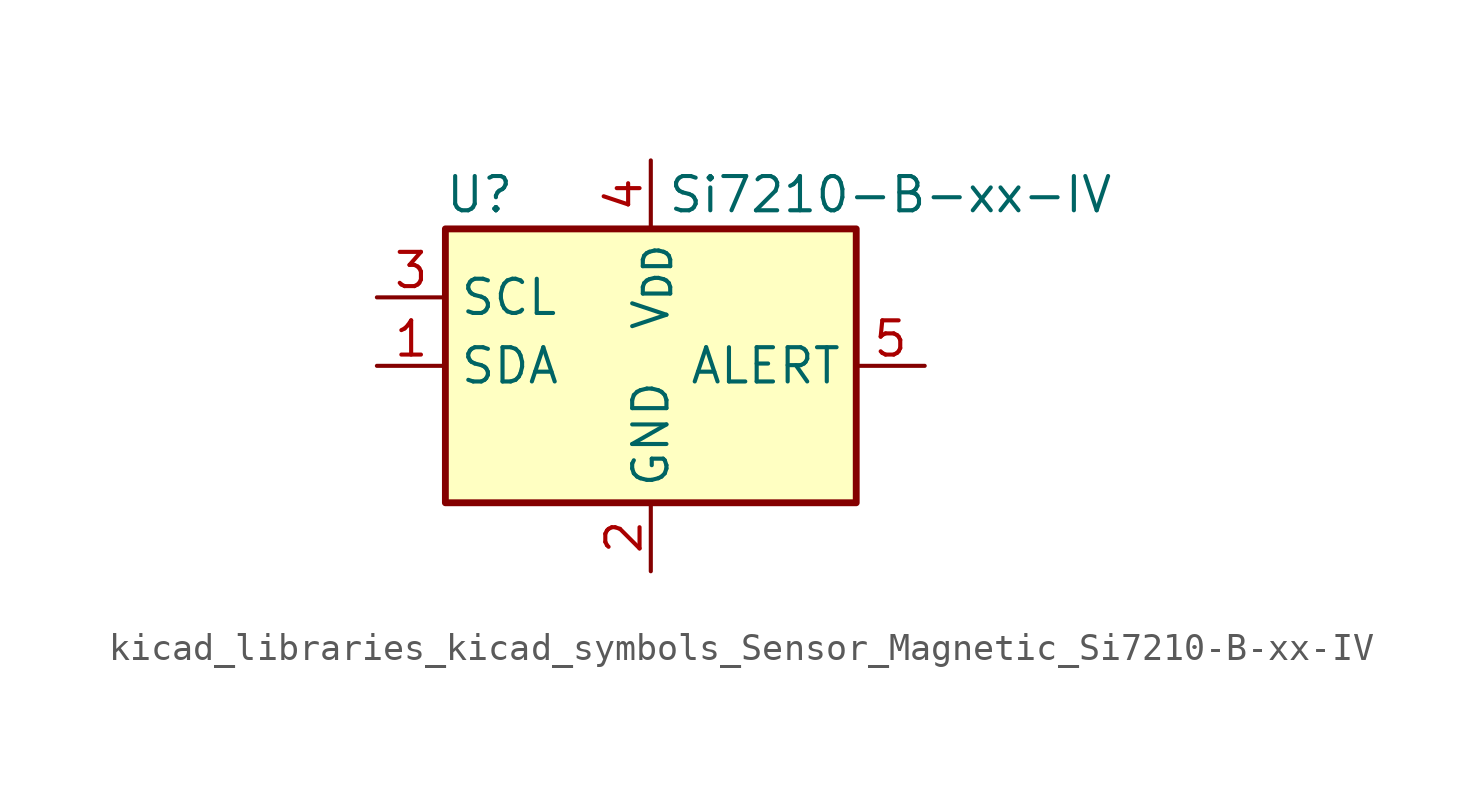
<source format=kicad_sym>
(kicad_symbol_lib
  (version 20220914)
  (generator kicad_symbol_editor)
  (symbol "kicad_libraries_kicad_symbols_Sensor_Magnetic_Si7210-B-xx-IV"
    (property "Reference" "U"
      (at -6.35 6.35 0)
      (effects (font (size 1.27 1.27))))
    (property "Value" "Si7210-B-xx-IV"
      (at 8.89 6.35 0)
      (effects (font (size 1.27 1.27))))
    (symbol "kicad_libraries_kicad_symbols_Sensor_Magnetic_Si7210-B-xx-IV_0_1"
      (rectangle (start -7.62 5.08) (end 7.62 -5.08) (stroke (width 0.254) (type default)) (fill (type background))))
    (symbol "kicad_libraries_kicad_symbols_Sensor_Magnetic_Si7210-B-xx-IV_1_1"
      (pin bidirectional line (at -10.16 0 0) (length 2.54) (name "SDA" (effects (font (size 1.27 1.27)))) (number "1" (effects (font (size 1.27 1.27)))))
      (pin power_in line (at 0 -7.62 90) (length 2.54) (name "GND" (effects (font (size 1.27 1.27)))) (number "2" (effects (font (size 1.27 1.27)))))
      (pin input line (at -10.16 2.54 0) (length 2.54) (name "SCL" (effects (font (size 1.27 1.27)))) (number "3" (effects (font (size 1.27 1.27)))))
      (pin power_in line (at 0 7.62 270) (length 2.54) (name "V_{DD}" (effects (font (size 1.27 1.27)))) (number "4" (effects (font (size 1.27 1.27)))))
      (pin output line (at 10.16 0 180) (length 2.54) (name "ALERT" (effects (font (size 1.27 1.27)))) (number "5" (effects (font (size 1.27 1.27))))))))
</source>
